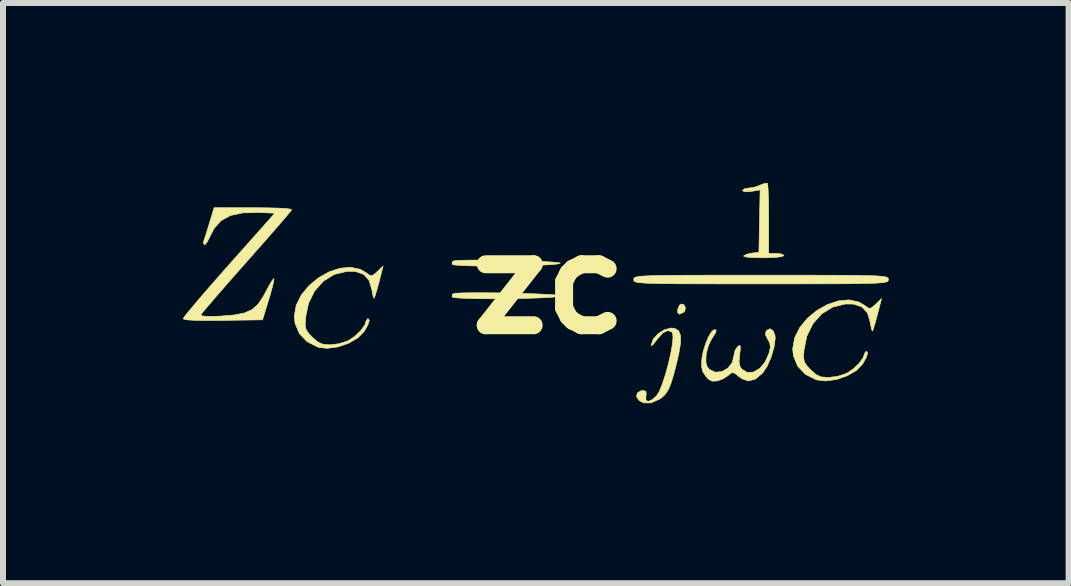
<source format=kicad_pcb>
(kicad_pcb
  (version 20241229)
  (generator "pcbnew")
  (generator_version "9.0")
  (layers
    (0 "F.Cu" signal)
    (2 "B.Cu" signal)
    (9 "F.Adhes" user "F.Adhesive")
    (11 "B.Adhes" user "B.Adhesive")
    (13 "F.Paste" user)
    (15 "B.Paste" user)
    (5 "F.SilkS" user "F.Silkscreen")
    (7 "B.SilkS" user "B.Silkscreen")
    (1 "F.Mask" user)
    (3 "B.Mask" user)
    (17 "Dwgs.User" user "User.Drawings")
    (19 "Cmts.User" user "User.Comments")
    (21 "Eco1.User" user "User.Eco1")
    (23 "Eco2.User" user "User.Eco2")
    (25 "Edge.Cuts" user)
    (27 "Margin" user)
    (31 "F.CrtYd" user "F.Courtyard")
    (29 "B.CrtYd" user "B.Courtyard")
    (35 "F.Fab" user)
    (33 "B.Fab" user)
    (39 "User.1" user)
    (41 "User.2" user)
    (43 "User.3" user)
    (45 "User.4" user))
  (footprint "zc"
    (layer "F.Cu")
    (at 6.101 1.683)
    (property "Reference" "zc" (at 0 0 0) (layer "F.SilkS") (effects (font (size 1.524 1.524) (thickness 0.3))))
    (attr through_hole)
    (fp_poly (pts (xy 2.252 0.347) (xy 2.276 0.397) (xy 2.266 0.454) (xy 2.246 0.475) (xy 2.175 0.505) (xy 2.146 0.478) (xy 2.147 0.429) (xy 2.175 0.36) (xy 2.204 0.335) (xy 2.252 0.347)) (stroke (width 0.01) (type solid)) (fill yes) (layer "F.SilkS"))
    (fp_poly (pts (xy -1.076 -0.397) (xy -0.866 -0.394) (xy -0.647 -0.391) (xy -0.431 -0.385) (xy -0.23 -0.378) (xy -0.055 -0.371) (xy 0.081 -0.362) (xy 0.166 -0.353) (xy 0.191 -0.345) (xy 0.153 -0.333) (xy 0.055 -0.322) (xy -0.091 -0.314) (xy -0.274 -0.306) (xy -0.482 -0.301) (xy -0.702 -0.298) (xy -0.923 -0.297) (xy -1.132 -0.298) (xy -1.318 -0.301) (xy -1.468 -0.307) (xy -1.571 -0.315) (xy -1.614 -0.326) (xy -1.614 -0.326) (xy -1.609 -0.369) (xy -1.589 -0.382) (xy -1.533 -0.39) (xy -1.421 -0.394) (xy -1.265 -0.397) (xy -1.076 -0.397)) (stroke (width 0.01) (type solid)) (fill yes) (layer "F.SilkS"))
    (fp_poly (pts (xy -1.076 0.148) (xy -0.866 0.15) (xy -0.647 0.154) (xy -0.431 0.159) (xy -0.23 0.166) (xy -0.055 0.174) (xy 0.081 0.182) (xy 0.166 0.191) (xy 0.191 0.2) (xy 0.153 0.211) (xy 0.055 0.222) (xy -0.091 0.231) (xy -0.274 0.238) (xy -0.482 0.243) (xy -0.702 0.246) (xy -0.923 0.248) (xy -1.132 0.247) (xy -1.318 0.243) (xy -1.468 0.238) (xy -1.571 0.229) (xy -1.614 0.218) (xy -1.614 0.218) (xy -1.609 0.175) (xy -1.589 0.162) (xy -1.533 0.155) (xy -1.421 0.15) (xy -1.265 0.148) (xy -1.076 0.148)) (stroke (width 0.01) (type solid)) (fill yes) (layer "F.SilkS"))
    (fp_poly (pts (xy 3.644 -1.678) (xy 3.651 -1.636) (xy 3.657 -1.535) (xy 3.662 -1.387) (xy 3.664 -1.204) (xy 3.665 -1.083) (xy 3.665 -0.508) (xy 3.792 -0.508) (xy 3.876 -0.499) (xy 3.918 -0.476) (xy 3.919 -0.472) (xy 3.884 -0.455) (xy 3.788 -0.442) (xy 3.642 -0.436) (xy 3.567 -0.435) (xy 3.404 -0.439) (xy 3.295 -0.447) (xy 3.248 -0.461) (xy 3.249 -0.469) (xy 3.308 -0.497) (xy 3.393 -0.514) (xy 3.502 -0.526) (xy 3.512 -1.047) (xy 3.522 -1.567) (xy 3.376 -1.542) (xy 3.271 -1.534) (xy 3.23 -1.553) (xy 3.229 -1.557) (xy 3.261 -1.586) (xy 3.329 -1.597) (xy 3.438 -1.614) (xy 3.526 -1.648) (xy 3.601 -1.677) (xy 3.644 -1.678) (xy 3.644 -1.678)) (stroke (width 0.01) (type solid)) (fill yes) (layer "F.SilkS"))
    (fp_poly (pts (xy 2.102 0.743) (xy 2.164 0.783) (xy 2.195 0.861) (xy 2.196 0.984) (xy 2.167 1.16) (xy 2.14 1.279) (xy 2.085 1.496) (xy 2.037 1.654) (xy 1.991 1.765) (xy 1.94 1.842) (xy 1.88 1.898) (xy 1.844 1.922) (xy 1.701 1.985) (xy 1.58 1.984) (xy 1.507 1.947) (xy 1.461 1.881) (xy 1.475 1.817) (xy 1.539 1.78) (xy 1.563 1.778) (xy 1.618 1.79) (xy 1.624 1.839) (xy 1.618 1.869) (xy 1.618 1.94) (xy 1.657 1.96) (xy 1.726 1.929) (xy 1.795 1.867) (xy 1.842 1.791) (xy 1.892 1.668) (xy 1.943 1.513) (xy 1.99 1.342) (xy 2.03 1.172) (xy 2.058 1.017) (xy 2.07 0.894) (xy 2.063 0.819) (xy 2.056 0.807) (xy 1.984 0.777) (xy 1.899 0.817) (xy 1.803 0.926) (xy 1.794 0.938) (xy 1.742 1.007) (xy 1.71 1.031) (xy 1.705 1.023) (xy 1.738 0.923) (xy 1.82 0.831) (xy 1.93 0.763) (xy 2.044 0.735) (xy 2.102 0.743)) (stroke (width 0.01) (type solid)) (fill yes) (layer "F.SilkS"))
    (fp_poly (pts (xy 3.983 -0.145) (xy 4.361 -0.145) (xy 4.678 -0.144) (xy 4.939 -0.143) (xy 5.148 -0.141) (xy 5.313 -0.138) (xy 5.438 -0.134) (xy 5.529 -0.128) (xy 5.591 -0.121) (xy 5.629 -0.112) (xy 5.65 -0.102) (xy 5.659 -0.089) (xy 5.661 -0.074) (xy 5.661 -0.073) (xy 5.659 -0.057) (xy 5.652 -0.044) (xy 5.632 -0.034) (xy 5.595 -0.025) (xy 5.536 -0.018) (xy 5.448 -0.012) (xy 5.327 -0.008) (xy 5.166 -0.005) (xy 4.961 -0.002) (xy 4.705 -0.001) (xy 4.394 -0.000351) (xy 4.022 -0.000058) (xy 3.584 0) (xy 3.538 0) (xy 3.092 -0.000046) (xy 2.714 -0.000307) (xy 2.398 -0.001) (xy 2.137 -0.002) (xy 1.927 -0.004) (xy 1.763 -0.007) (xy 1.638 -0.011) (xy 1.547 -0.017) (xy 1.485 -0.024) (xy 1.446 -0.033) (xy 1.425 -0.043) (xy 1.417 -0.056) (xy 1.415 -0.071) (xy 1.415 -0.073) (xy 1.416 -0.088) (xy 1.424 -0.101) (xy 1.444 -0.112) (xy 1.48 -0.12) (xy 1.54 -0.128) (xy 1.628 -0.133) (xy 1.749 -0.138) (xy 1.91 -0.141) (xy 2.115 -0.143) (xy 2.37 -0.144) (xy 2.681 -0.145) (xy 3.053 -0.145) (xy 3.492 -0.145) (xy 3.538 -0.145) (xy 3.983 -0.145)) (stroke (width 0.01) (type solid)) (fill yes) (layer "F.SilkS"))
    (fp_poly (pts (xy -2.83 -0.037) (xy -2.865 0.091) (xy -2.894 0.189) (xy -2.912 0.238) (xy -2.913 0.24) (xy -2.927 0.218) (xy -2.944 0.145) (xy -2.95 0.101) (xy -2.997 -0.057) (xy -3.088 -0.159) (xy -3.228 -0.208) (xy -3.364 -0.209) (xy -3.577 -0.158) (xy -3.76 -0.045) (xy -3.906 0.119) (xy -4.008 0.327) (xy -4.057 0.564) (xy -4.063 0.682) (xy -4.049 0.759) (xy -4.004 0.827) (xy -3.945 0.888) (xy -3.853 0.969) (xy -3.769 1.006) (xy -3.657 1.016) (xy -3.649 1.016) (xy -3.496 0.997) (xy -3.352 0.95) (xy -3.34 0.944) (xy -3.233 0.873) (xy -3.137 0.78) (xy -3.069 0.687) (xy -3.048 0.62) (xy -3.023 0.582) (xy -3.013 0.581) (xy -2.994 0.607) (xy -3.016 0.68) (xy -3.075 0.786) (xy -3.078 0.791) (xy -3.185 0.9) (xy -3.339 0.99) (xy -3.518 1.051) (xy -3.697 1.075) (xy -3.849 1.056) (xy -4.03 0.964) (xy -4.16 0.829) (xy -4.232 0.658) (xy -4.245 0.539) (xy -4.213 0.357) (xy -4.128 0.185) (xy -4.001 0.031) (xy -3.844 -0.099) (xy -3.668 -0.199) (xy -3.484 -0.26) (xy -3.305 -0.277) (xy -3.142 -0.242) (xy -3.042 -0.183) (xy -2.983 -0.14) (xy -2.941 -0.139) (xy -2.884 -0.184) (xy -2.86 -0.207) (xy -2.763 -0.299) (xy -2.83 -0.037)) (stroke (width 0.01) (type solid)) (fill yes) (layer "F.SilkS"))
    (fp_poly (pts (xy 5.479 0.507) (xy 5.445 0.635) (xy 5.416 0.733) (xy 5.398 0.783) (xy 5.396 0.785) (xy 5.382 0.763) (xy 5.366 0.689) (xy 5.359 0.645) (xy 5.313 0.487) (xy 5.221 0.385) (xy 5.082 0.337) (xy 4.945 0.335) (xy 4.733 0.387) (xy 4.549 0.499) (xy 4.403 0.664) (xy 4.301 0.871) (xy 4.253 1.109) (xy 4.247 1.227) (xy 4.261 1.304) (xy 4.306 1.371) (xy 4.364 1.432) (xy 4.456 1.513) (xy 4.54 1.551) (xy 4.652 1.56) (xy 4.661 1.56) (xy 4.813 1.542) (xy 4.958 1.494) (xy 4.97 1.489) (xy 5.076 1.417) (xy 5.172 1.325) (xy 5.24 1.231) (xy 5.261 1.165) (xy 5.286 1.127) (xy 5.297 1.125) (xy 5.315 1.152) (xy 5.293 1.224) (xy 5.235 1.33) (xy 5.232 1.335) (xy 5.125 1.445) (xy 4.97 1.534) (xy 4.791 1.595) (xy 4.612 1.619) (xy 4.46 1.6) (xy 4.279 1.509) (xy 4.149 1.373) (xy 4.077 1.202) (xy 4.065 1.083) (xy 4.097 0.901) (xy 4.182 0.73) (xy 4.308 0.575) (xy 4.466 0.445) (xy 4.642 0.345) (xy 4.825 0.284) (xy 5.004 0.267) (xy 5.168 0.302) (xy 5.268 0.361) (xy 5.326 0.404) (xy 5.369 0.405) (xy 5.425 0.36) (xy 5.449 0.338) (xy 5.547 0.245) (xy 5.479 0.507)) (stroke (width 0.01) (type solid)) (fill yes) (layer "F.SilkS"))
    (fp_poly (pts (xy 3.737 0.778) (xy 3.769 0.854) (xy 3.774 0.905) (xy 3.755 1.053) (xy 3.706 1.22) (xy 3.638 1.376) (xy 3.563 1.488) (xy 3.441 1.589) (xy 3.325 1.619) (xy 3.211 1.578) (xy 3.171 1.547) (xy 3.101 1.491) (xy 3.057 1.478) (xy 3.012 1.507) (xy 2.992 1.526) (xy 2.9 1.585) (xy 2.807 1.618) (xy 2.721 1.622) (xy 2.656 1.585) (xy 2.614 1.537) (xy 2.564 1.459) (xy 2.545 1.374) (xy 2.551 1.253) (xy 2.551 1.247) (xy 2.574 1.123) (xy 2.615 0.993) (xy 2.665 0.876) (xy 2.716 0.793) (xy 2.758 0.762) (xy 2.79 0.773) (xy 2.78 0.815) (xy 2.727 0.899) (xy 2.716 0.915) (xy 2.663 1.022) (xy 2.626 1.154) (xy 2.621 1.193) (xy 2.618 1.308) (xy 2.639 1.382) (xy 2.68 1.429) (xy 2.776 1.473) (xy 2.883 1.462) (xy 2.983 1.406) (xy 3.056 1.316) (xy 3.084 1.202) (xy 3.104 1.108) (xy 3.145 1.048) (xy 3.179 1.025) (xy 3.193 1.041) (xy 3.19 1.108) (xy 3.181 1.176) (xy 3.171 1.299) (xy 3.187 1.377) (xy 3.217 1.421) (xy 3.307 1.476) (xy 3.41 1.471) (xy 3.513 1.412) (xy 3.603 1.306) (xy 3.669 1.161) (xy 3.67 1.158) (xy 3.693 1.055) (xy 3.681 0.981) (xy 3.65 0.925) (xy 3.61 0.847) (xy 3.62 0.792) (xy 3.631 0.777) (xy 3.686 0.748) (xy 3.737 0.778)) (stroke (width 0.01) (type solid)) (fill yes) (layer "F.SilkS"))
    (fp_poly (pts (xy -4.694 -1.268) (xy -4.506 -1.263) (xy -4.372 -1.255) (xy -4.299 -1.244) (xy -4.288 -1.236) (xy -4.314 -1.201) (xy -4.383 -1.119) (xy -4.488 -0.996) (xy -4.623 -0.841) (xy -4.783 -0.658) (xy -4.962 -0.456) (xy -5.044 -0.363) (xy -5.229 -0.154) (xy -5.398 0.039) (xy -5.545 0.208) (xy -5.664 0.347) (xy -5.75 0.448) (xy -5.795 0.506) (xy -5.801 0.515) (xy -5.781 0.534) (xy -5.699 0.542) (xy -5.551 0.54) (xy -5.469 0.537) (xy -5.243 0.518) (xy -5.075 0.485) (xy -4.949 0.429) (xy -4.851 0.342) (xy -4.765 0.216) (xy -4.719 0.13) (xy -4.659 0.017) (xy -4.611 -0.06) (xy -4.585 -0.088) (xy -4.583 -0.086) (xy -4.588 -0.039) (xy -4.612 0.059) (xy -4.649 0.193) (xy -4.673 0.272) (xy -4.774 0.599) (xy -5.435 0.609) (xy -5.698 0.611) (xy -5.891 0.608) (xy -6.019 0.601) (xy -6.085 0.589) (xy -6.096 0.579) (xy -6.073 0.543) (xy -6.007 0.46) (xy -5.904 0.337) (xy -5.77 0.18) (xy -5.61 -0.004) (xy -5.431 -0.208) (xy -5.332 -0.32) (xy -4.568 -1.179) (xy -4.842 -1.19) (xy -5.103 -1.184) (xy -5.309 -1.14) (xy -5.466 -1.054) (xy -5.583 -0.922) (xy -5.65 -0.79) (xy -5.693 -0.704) (xy -5.732 -0.656) (xy -5.741 -0.653) (xy -5.762 -0.68) (xy -5.756 -0.709) (xy -5.735 -0.77) (xy -5.701 -0.878) (xy -5.66 -1.01) (xy -5.658 -1.017) (xy -5.581 -1.27) (xy -4.928 -1.27) (xy -4.694 -1.268)) (stroke (width 0.01) (type solid)) (fill yes) (layer "F.SilkS")))
  (gr_rect
    (start -3 -3)
    (end 14.767 6.673)
    (stroke (width 0.1) (type default))
    (fill no)
    (layer "Edge.Cuts")))
</source>
